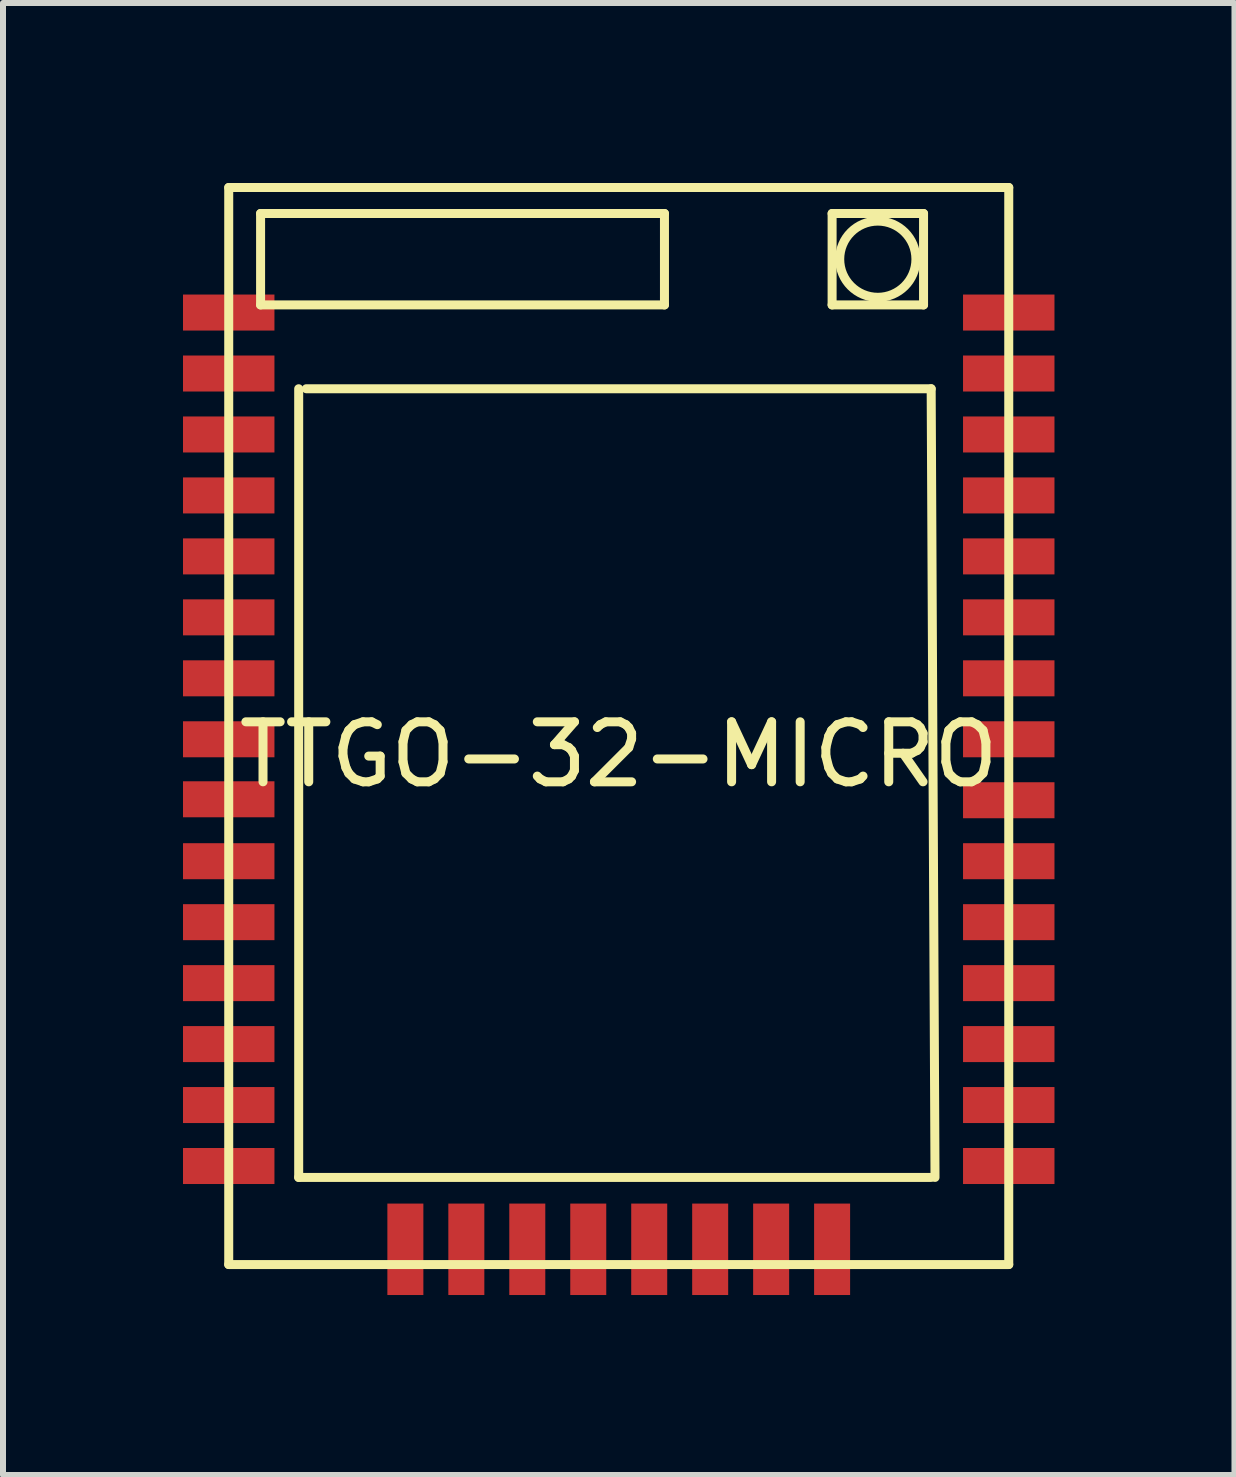
<source format=kicad_pcb>
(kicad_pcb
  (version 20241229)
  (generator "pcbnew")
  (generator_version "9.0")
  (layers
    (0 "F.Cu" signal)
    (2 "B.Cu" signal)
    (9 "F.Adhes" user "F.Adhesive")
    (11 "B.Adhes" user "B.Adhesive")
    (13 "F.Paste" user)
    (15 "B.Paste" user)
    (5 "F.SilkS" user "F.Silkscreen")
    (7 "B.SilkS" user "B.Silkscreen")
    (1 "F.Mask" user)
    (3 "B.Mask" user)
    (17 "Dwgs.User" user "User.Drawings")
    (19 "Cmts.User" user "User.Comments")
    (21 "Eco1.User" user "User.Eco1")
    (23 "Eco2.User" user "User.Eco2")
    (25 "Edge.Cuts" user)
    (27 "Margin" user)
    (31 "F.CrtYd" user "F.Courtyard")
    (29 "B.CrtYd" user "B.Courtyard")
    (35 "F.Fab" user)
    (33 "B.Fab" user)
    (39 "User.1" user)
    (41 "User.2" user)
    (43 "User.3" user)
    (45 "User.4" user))
  (footprint "TTGO-32-MICRO"
    (layer "F.Cu")
    (at 7.262 9.525)
    (property "Reference" "TTGO-32-MICRO" (at 0 0 0) (layer "F.SilkS") (effects (font (size 1 1) (thickness 0.15))))
    (attr through_hole)
    (fp_line (start -6.5 -9.45) (end -6.5 8.5) (stroke (width 0.15) (type solid)) (layer "F.SilkS"))
    (fp_line (start -6.5 -9.45) (end 6.5 -9.45) (stroke (width 0.15) (type solid)) (layer "F.SilkS"))
    (fp_line (start -6.5 8.5) (end 6.5 8.5) (stroke (width 0.15) (type solid)) (layer "F.SilkS"))
    (fp_line (start -5.969 -9.017) (end -5.969 -7.493) (stroke (width 0.15) (type solid)) (layer "F.SilkS"))
    (fp_line (start -5.969 -7.493) (end 0.762 -7.493) (stroke (width 0.15) (type solid)) (layer "F.SilkS"))
    (fp_line (start -5.334 7.048) (end -5.334 -6.096) (stroke (width 0.15) (type solid)) (layer "F.SilkS"))
    (fp_line (start -5.207 -6.096) (end 5.207 -6.096) (stroke (width 0.15) (type solid)) (layer "F.SilkS"))
    (fp_line (start 0.762 -9.017) (end -5.969 -9.017) (stroke (width 0.15) (type solid)) (layer "F.SilkS"))
    (fp_line (start 0.762 -7.493) (end 0.762 -9.017) (stroke (width 0.15) (type solid)) (layer "F.SilkS"))
    (fp_line (start 3.556 -9.017) (end 5.08 -9.017) (stroke (width 0.15) (type solid)) (layer "F.SilkS"))
    (fp_line (start 3.556 -7.493) (end 3.556 -9.017) (stroke (width 0.15) (type solid)) (layer "F.SilkS"))
    (fp_line (start 5.08 -9.017) (end 5.08 -7.493) (stroke (width 0.15) (type solid)) (layer "F.SilkS"))
    (fp_line (start 5.08 -7.493) (end 3.556 -7.493) (stroke (width 0.15) (type solid)) (layer "F.SilkS"))
    (fp_line (start 5.207 -6.096) (end 5.271 7.048) (stroke (width 0.15) (type solid)) (layer "F.SilkS"))
    (fp_line (start 5.207 7.048) (end -5.334 7.048) (stroke (width 0.15) (type solid)) (layer "F.SilkS"))
    (fp_line (start 6.5 -9.45) (end 6.5 8.5) (stroke (width 0.15) (type solid)) (layer "F.SilkS"))
    (fp_circle (center 4.318 -8.255) (end 4.826 -7.874) (stroke (width 0.15) (type solid)) (fill no) (layer "F.SilkS"))
    (pad "1" smd rect (at -6.5 -7.366) (size 1.524 0.6) (layers "F.Cu" "F.Mask" "F.Paste"))
    (pad "2" smd rect (at -6.5 -6.35) (size 1.524 0.6) (layers "F.Cu" "F.Mask" "F.Paste"))
    (pad "3" smd rect (at -6.5 -5.334) (size 1.524 0.6) (layers "F.Cu" "F.Mask" "F.Paste"))
    (pad "4" smd rect (at -6.5 -4.318) (size 1.524 0.6) (layers "F.Cu" "F.Mask" "F.Paste"))
    (pad "5" smd rect (at -6.5 -3.302) (size 1.524 0.6) (layers "F.Cu" "F.Mask" "F.Paste"))
    (pad "6" smd rect (at -6.5 -2.286) (size 1.524 0.6) (layers "F.Cu" "F.Mask" "F.Paste"))
    (pad "7" smd rect (at -6.5 -1.27) (size 1.524 0.6) (layers "F.Cu" "F.Mask" "F.Paste"))
    (pad "8" smd rect (at -6.5 -0.254) (size 1.524 0.6) (layers "F.Cu" "F.Mask" "F.Paste"))
    (pad "9" smd rect (at -6.5 0.746) (size 1.524 0.6) (layers "F.Cu" "F.Mask" "F.Paste"))
    (pad "10" smd rect (at -6.5 1.778) (size 1.524 0.6) (layers "F.Cu" "F.Mask" "F.Paste"))
    (pad "11" smd rect (at -6.5 2.794) (size 1.524 0.6) (layers "F.Cu" "F.Mask" "F.Paste"))
    (pad "12" smd rect (at -6.5 3.81) (size 1.524 0.6) (layers "F.Cu" "F.Mask" "F.Paste"))
    (pad "13" smd rect (at -6.5 4.826) (size 1.524 0.6) (layers "F.Cu" "F.Mask" "F.Paste"))
    (pad "14" smd rect (at -6.5 5.842) (size 1.524 0.6) (layers "F.Cu" "F.Mask" "F.Paste"))
    (pad "15" smd rect (at -6.5 6.858) (size 1.524 0.6) (layers "F.Cu" "F.Mask" "F.Paste"))
    (pad "16" smd rect (at -3.556 8.246 90) (size 1.524 0.6) (layers "F.Cu" "F.Mask" "F.Paste"))
    (pad "17" smd rect (at -2.54 8.246 90) (size 1.524 0.6) (layers "F.Cu" "F.Mask" "F.Paste"))
    (pad "18" smd rect (at -1.524 8.246 90) (size 1.524 0.6) (layers "F.Cu" "F.Mask" "F.Paste"))
    (pad "19" smd rect (at -0.508 8.246 90) (size 1.524 0.6) (layers "F.Cu" "F.Mask" "F.Paste"))
    (pad "20" smd rect (at 0.508 8.246 90) (size 1.524 0.6) (layers "F.Cu" "F.Mask" "F.Paste"))
    (pad "21" smd rect (at 1.524 8.246 90) (size 1.524 0.6) (layers "F.Cu" "F.Mask" "F.Paste"))
    (pad "22" smd rect (at 2.54 8.246 90) (size 1.524 0.6) (layers "F.Cu" "F.Mask" "F.Paste"))
    (pad "23" smd rect (at 3.556 8.246 90) (size 1.524 0.6) (layers "F.Cu" "F.Mask" "F.Paste"))
    (pad "24" smd rect (at 6.5 6.858) (size 1.524 0.6) (layers "F.Cu" "F.Mask" "F.Paste"))
    (pad "25" smd rect (at 6.5 5.842) (size 1.524 0.6) (layers "F.Cu" "F.Mask" "F.Paste"))
    (pad "26" smd rect (at 6.5 4.826) (size 1.524 0.6) (layers "F.Cu" "F.Mask" "F.Paste"))
    (pad "27" smd rect (at 6.5 3.81) (size 1.524 0.6) (layers "F.Cu" "F.Mask" "F.Paste"))
    (pad "28" smd rect (at 6.5 2.794) (size 1.524 0.6) (layers "F.Cu" "F.Mask" "F.Paste"))
    (pad "29" smd rect (at 6.5 1.778) (size 1.524 0.6) (layers "F.Cu" "F.Mask" "F.Paste"))
    (pad "30" smd rect (at 6.5 0.762) (size 1.524 0.6) (layers "F.Cu" "F.Mask" "F.Paste"))
    (pad "31" smd rect (at 6.5 -0.254) (size 1.524 0.6) (layers "F.Cu" "F.Mask" "F.Paste"))
    (pad "32" smd rect (at 6.5 -1.27) (size 1.524 0.6) (layers "F.Cu" "F.Mask" "F.Paste"))
    (pad "33" smd rect (at 6.5 -2.286) (size 1.524 0.6) (layers "F.Cu" "F.Mask" "F.Paste"))
    (pad "34" smd rect (at 6.5 -3.302) (size 1.524 0.6) (layers "F.Cu" "F.Mask" "F.Paste"))
    (pad "35" smd rect (at 6.5 -4.318) (size 1.524 0.6) (layers "F.Cu" "F.Mask" "F.Paste"))
    (pad "36" smd rect (at 6.5 -5.334) (size 1.524 0.6) (layers "F.Cu" "F.Mask" "F.Paste"))
    (pad "37" smd rect (at 6.5 -6.35) (size 1.524 0.6) (layers "F.Cu" "F.Mask" "F.Paste"))
    (pad "38" smd rect (at 6.5 -7.366) (size 1.524 0.6) (layers "F.Cu" "F.Mask" "F.Paste")))
  (gr_rect
    (start -3 -3)
    (end 17.524 21.533)
    (stroke (width 0.1) (type default))
    (fill no)
    (layer "Edge.Cuts")))
</source>
